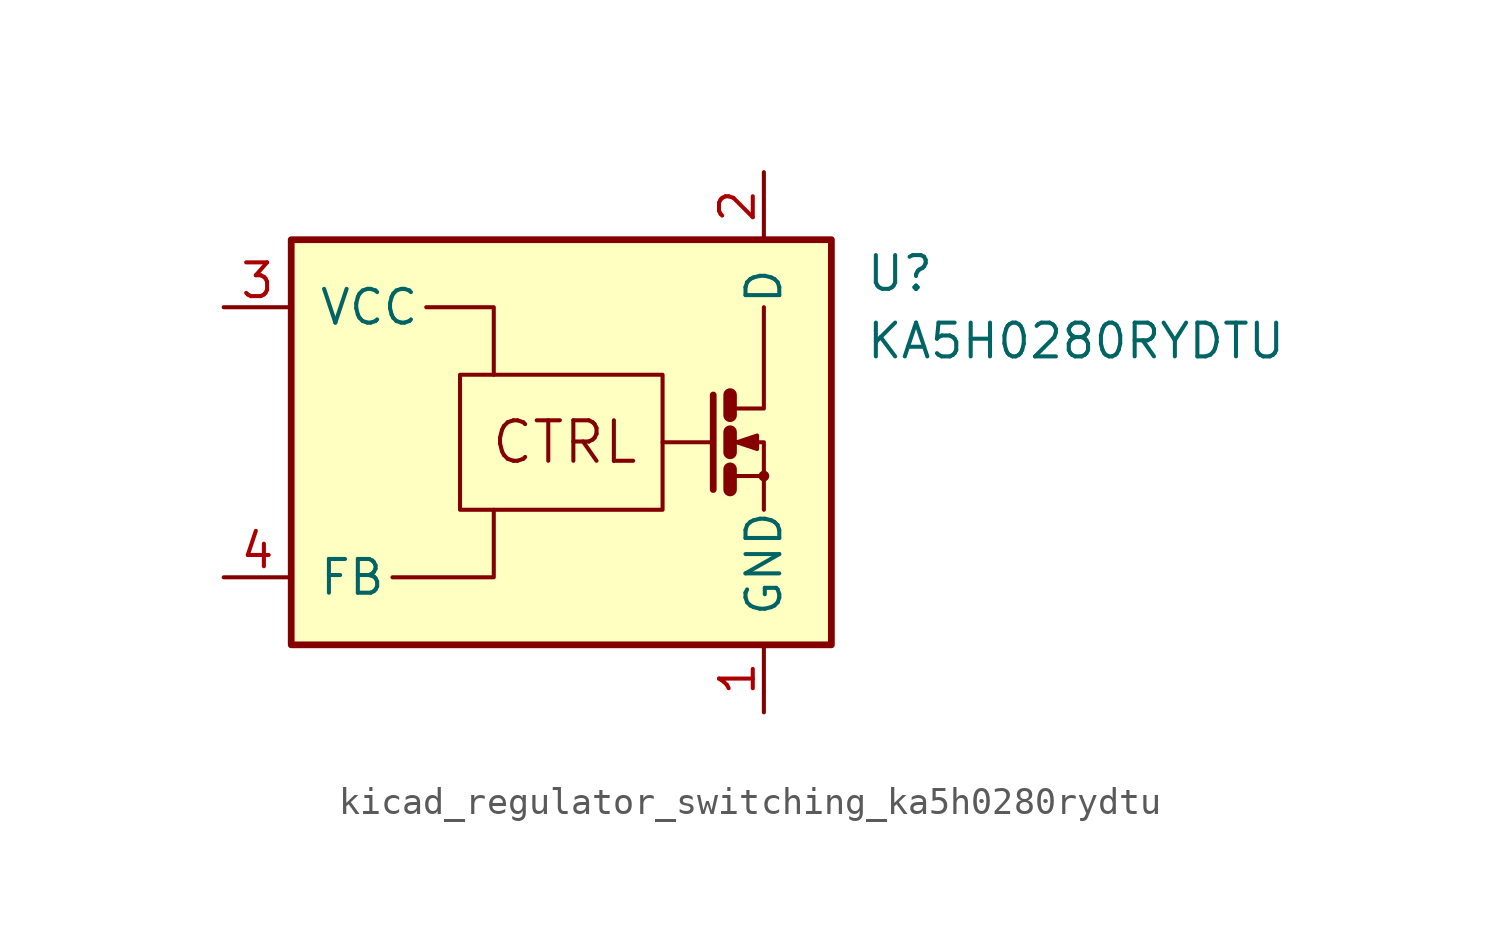
<source format=kicad_sym>
(kicad_symbol_lib
  (version 20220914)
  (generator kicad_symbol_editor)
  (symbol "kicad_regulator_switching_ka5h0280rydtu"
    (pin_names
      (offset 1.016))
    (property "Reference" "U"
      (at 11.43 6.35 0)
      (effects (font (size 1.27 1.27)) (justify left)))
    (property "Value" "KA5H0280RYDTU"
      (at 11.43 3.81 0)
      (effects (font (size 1.27 1.27)) (justify left)))
    (symbol "kicad_regulator_switching_ka5h0280rydtu_0_0"
      (rectangle (start -10.16 7.62) (end 10.16 -7.62) (stroke (width 0.254) (type default)) (fill (type background)))
      (rectangle (start -3.81 2.54) (end 3.81 -2.54) (stroke (width 0) (type default)) (fill (type none)))
      (polyline (pts (xy 3.81 0) (xy 5.715 0)) (stroke (width 0) (type default)) (fill (type none)))
      (polyline (pts (xy 5.715 1.778) (xy 5.715 -1.778)) (stroke (width 0.254) (type default)) (fill (type none)))
      (polyline (pts (xy 6.35 -1.27) (xy 7.62 -1.27)) (stroke (width 0) (type default)) (fill (type none)))
      (polyline (pts (xy 6.35 -1.016) (xy 6.35 -1.778)) (stroke (width 0.508) (type default)) (fill (type none)))
      (polyline (pts (xy 6.35 0.381) (xy 6.35 -0.381)) (stroke (width 0.508) (type default)) (fill (type none)))
      (polyline (pts (xy 6.35 1.778) (xy 6.35 1.016)) (stroke (width 0.508) (type default)) (fill (type none)))
      (polyline (pts (xy -6.35 -5.08) (xy -2.54 -5.08) (xy -2.54 -2.54)) (stroke (width 0) (type default)) (fill (type none)))
      (polyline (pts (xy -5.08 5.08) (xy -2.54 5.08) (xy -2.54 2.54)) (stroke (width 0) (type default)) (fill (type none)))
      (polyline (pts (xy 6.35 1.27) (xy 7.62 1.27) (xy 7.62 5.08)) (stroke (width 0) (type default)) (fill (type none)))
      (polyline (pts (xy 7.62 -2.54) (xy 7.62 0) (xy 6.35 0)) (stroke (width 0) (type default)) (fill (type none)))
      (polyline (pts (xy 6.604 0) (xy 7.366 0.254) (xy 7.366 -0.254) (xy 6.604 0)) (stroke (width 0) (type default)) (fill (type outline)))
      (circle (center 7.62 -1.27) (radius 0.127) (stroke (width 0) (type default)) (fill (type none)))
      (text "CTRL" (at 0.127 0 0) (effects (font (size 1.524 1.524)))))
    (symbol "kicad_regulator_switching_ka5h0280rydtu_1_1"
      (pin power_in line (at 7.62 -10.16 90) (length 2.54) (name "GND" (effects (font (size 1.27 1.27)))) (number "1" (effects (font (size 1.27 1.27)))))
      (pin passive line (at 7.62 10.16 270) (length 2.54) (name "D" (effects (font (size 1.27 1.27)))) (number "2" (effects (font (size 1.27 1.27)))))
      (pin power_in line (at -12.7 5.08 0) (length 2.54) (name "VCC" (effects (font (size 1.27 1.27)))) (number "3" (effects (font (size 1.27 1.27)))))
      (pin passive line (at -12.7 -5.08 0) (length 2.54) (name "FB" (effects (font (size 1.27 1.27)))) (number "4" (effects (font (size 1.27 1.27))))))))
</source>
